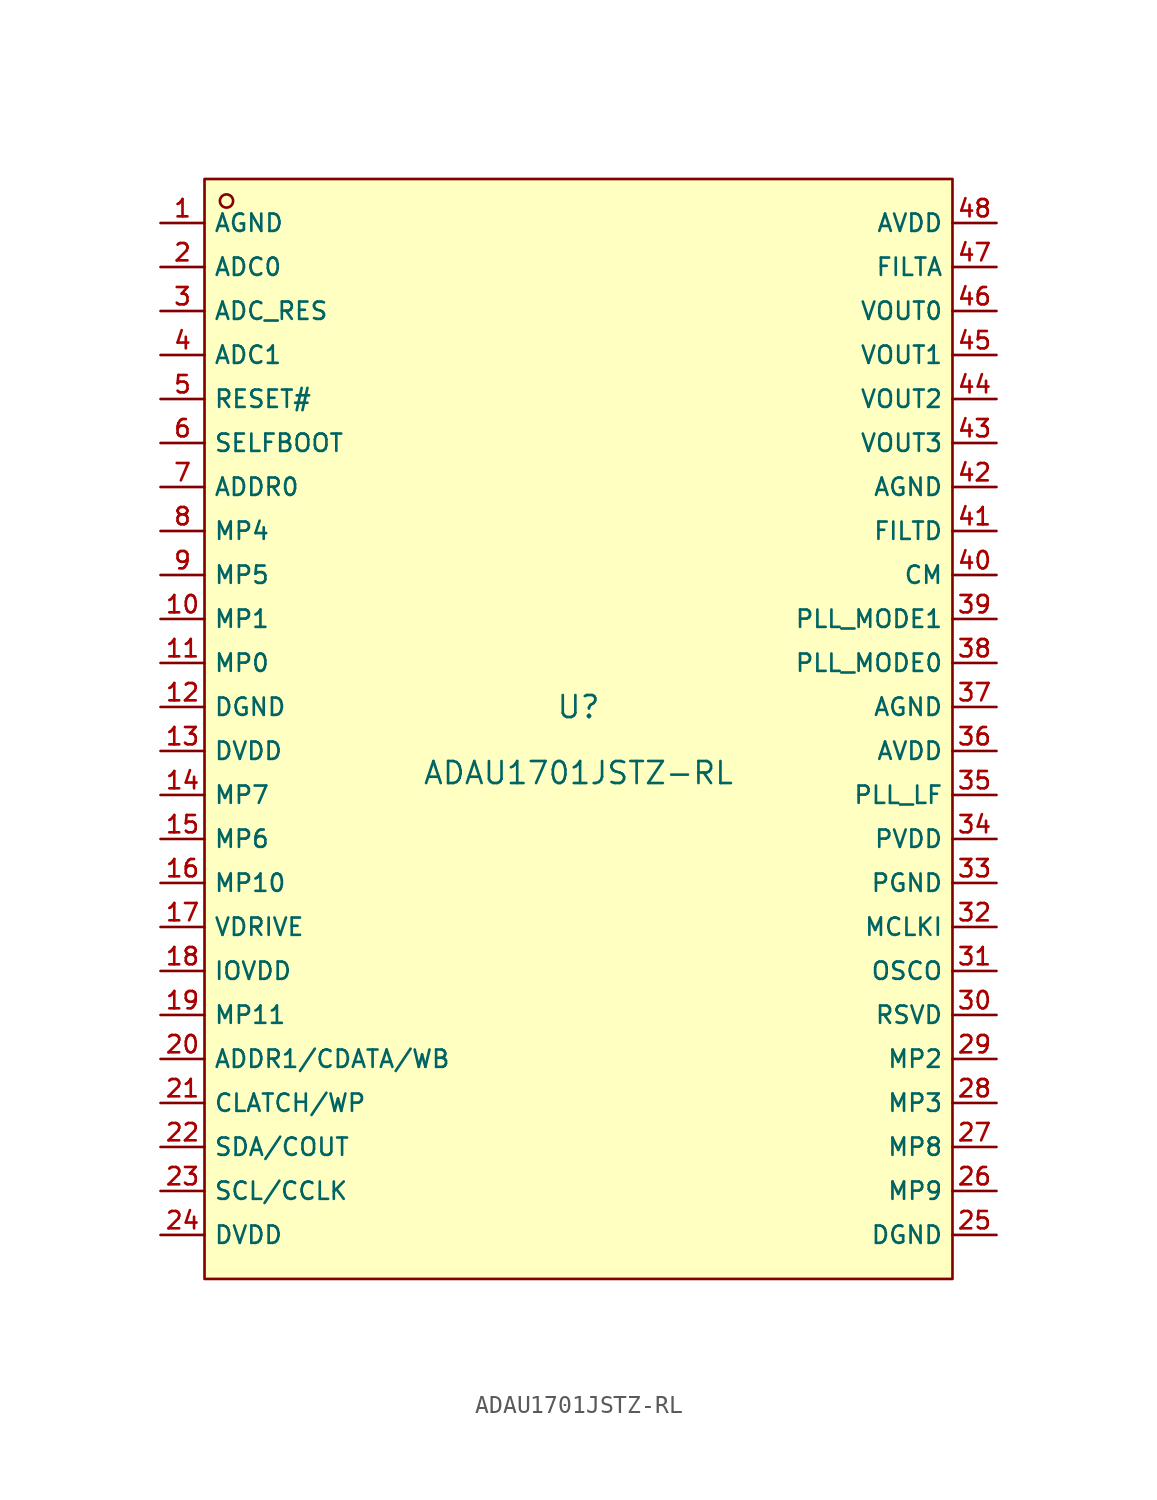
<source format=kicad_sym>
(kicad_symbol_lib
  (version 20231120)
  (generator "kicad_symbol_editor")
  (generator_version "8.0")
  (symbol "ADAU1701JSTZ-RL"
    (property "Reference" "U"
      (at 0 1.27 0)
      (effects (font (size 1.27 1.27))))
    (property "Value" "ADAU1701JSTZ-RL"
      (at 0 -2.54 0)
      (effects (font (size 1.27 1.27))))
    (symbol "ADAU1701JSTZ-RL_0_1"
      (rectangle (start -21.59 31.75) (end 21.59 -31.75) (stroke (width 0) (type default)) (fill (type background)))
      (circle (center -20.32 30.48) (radius 0.381) (stroke (width 0) (type default)) (fill (type background)))
      (pin unspecified line (at -24.13 29.21 0) (length 2.54) (name "AGND" (effects (font (size 1 1)))) (number "1" (effects (font (size 1 1)))))
      (pin unspecified line (at -24.13 6.35 0) (length 2.54) (name "MP1" (effects (font (size 1 1)))) (number "10" (effects (font (size 1 1)))))
      (pin unspecified line (at -24.13 3.81 0) (length 2.54) (name "MP0" (effects (font (size 1 1)))) (number "11" (effects (font (size 1 1)))))
      (pin unspecified line (at -24.13 1.27 0) (length 2.54) (name "DGND" (effects (font (size 1 1)))) (number "12" (effects (font (size 1 1)))))
      (pin unspecified line (at -24.13 -1.27 0) (length 2.54) (name "DVDD" (effects (font (size 1 1)))) (number "13" (effects (font (size 1 1)))))
      (pin unspecified line (at -24.13 -3.81 0) (length 2.54) (name "MP7" (effects (font (size 1 1)))) (number "14" (effects (font (size 1 1)))))
      (pin unspecified line (at -24.13 -6.35 0) (length 2.54) (name "MP6" (effects (font (size 1 1)))) (number "15" (effects (font (size 1 1)))))
      (pin unspecified line (at -24.13 -8.89 0) (length 2.54) (name "MP10" (effects (font (size 1 1)))) (number "16" (effects (font (size 1 1)))))
      (pin unspecified line (at -24.13 -11.43 0) (length 2.54) (name "VDRIVE" (effects (font (size 1 1)))) (number "17" (effects (font (size 1 1)))))
      (pin unspecified line (at -24.13 -13.97 0) (length 2.54) (name "IOVDD" (effects (font (size 1 1)))) (number "18" (effects (font (size 1 1)))))
      (pin unspecified line (at -24.13 -16.51 0) (length 2.54) (name "MP11" (effects (font (size 1 1)))) (number "19" (effects (font (size 1 1)))))
      (pin unspecified line (at -24.13 26.67 0) (length 2.54) (name "ADC0" (effects (font (size 1 1)))) (number "2" (effects (font (size 1 1)))))
      (pin unspecified line (at -24.13 -19.05 0) (length 2.54) (name "ADDR1/CDATA/WB" (effects (font (size 1 1)))) (number "20" (effects (font (size 1 1)))))
      (pin unspecified line (at -24.13 -21.59 0) (length 2.54) (name "CLATCH/WP" (effects (font (size 1 1)))) (number "21" (effects (font (size 1 1)))))
      (pin unspecified line (at -24.13 -24.13 0) (length 2.54) (name "SDA/COUT" (effects (font (size 1 1)))) (number "22" (effects (font (size 1 1)))))
      (pin unspecified line (at -24.13 -26.67 0) (length 2.54) (name "SCL/CCLK" (effects (font (size 1 1)))) (number "23" (effects (font (size 1 1)))))
      (pin unspecified line (at -24.13 -29.21 0) (length 2.54) (name "DVDD" (effects (font (size 1 1)))) (number "24" (effects (font (size 1 1)))))
      (pin unspecified line (at 24.13 -29.21 180) (length 2.54) (name "DGND" (effects (font (size 1 1)))) (number "25" (effects (font (size 1 1)))))
      (pin unspecified line (at 24.13 -26.67 180) (length 2.54) (name "MP9" (effects (font (size 1 1)))) (number "26" (effects (font (size 1 1)))))
      (pin unspecified line (at 24.13 -24.13 180) (length 2.54) (name "MP8" (effects (font (size 1 1)))) (number "27" (effects (font (size 1 1)))))
      (pin unspecified line (at 24.13 -21.59 180) (length 2.54) (name "MP3" (effects (font (size 1 1)))) (number "28" (effects (font (size 1 1)))))
      (pin unspecified line (at 24.13 -19.05 180) (length 2.54) (name "MP2" (effects (font (size 1 1)))) (number "29" (effects (font (size 1 1)))))
      (pin unspecified line (at -24.13 24.13 0) (length 2.54) (name "ADC_RES" (effects (font (size 1 1)))) (number "3" (effects (font (size 1 1)))))
      (pin unspecified line (at 24.13 -16.51 180) (length 2.54) (name "RSVD" (effects (font (size 1 1)))) (number "30" (effects (font (size 1 1)))))
      (pin unspecified line (at 24.13 -13.97 180) (length 2.54) (name "OSCO" (effects (font (size 1 1)))) (number "31" (effects (font (size 1 1)))))
      (pin unspecified line (at 24.13 -11.43 180) (length 2.54) (name "MCLKI" (effects (font (size 1 1)))) (number "32" (effects (font (size 1 1)))))
      (pin unspecified line (at 24.13 -8.89 180) (length 2.54) (name "PGND" (effects (font (size 1 1)))) (number "33" (effects (font (size 1 1)))))
      (pin unspecified line (at 24.13 -6.35 180) (length 2.54) (name "PVDD" (effects (font (size 1 1)))) (number "34" (effects (font (size 1 1)))))
      (pin unspecified line (at 24.13 -3.81 180) (length 2.54) (name "PLL_LF" (effects (font (size 1 1)))) (number "35" (effects (font (size 1 1)))))
      (pin unspecified line (at 24.13 -1.27 180) (length 2.54) (name "AVDD" (effects (font (size 1 1)))) (number "36" (effects (font (size 1 1)))))
      (pin unspecified line (at 24.13 1.27 180) (length 2.54) (name "AGND" (effects (font (size 1 1)))) (number "37" (effects (font (size 1 1)))))
      (pin unspecified line (at 24.13 3.81 180) (length 2.54) (name "PLL_MODE0" (effects (font (size 1 1)))) (number "38" (effects (font (size 1 1)))))
      (pin unspecified line (at 24.13 6.35 180) (length 2.54) (name "PLL_MODE1" (effects (font (size 1 1)))) (number "39" (effects (font (size 1 1)))))
      (pin unspecified line (at -24.13 21.59 0) (length 2.54) (name "ADC1" (effects (font (size 1 1)))) (number "4" (effects (font (size 1 1)))))
      (pin unspecified line (at 24.13 8.89 180) (length 2.54) (name "CM" (effects (font (size 1 1)))) (number "40" (effects (font (size 1 1)))))
      (pin unspecified line (at 24.13 11.43 180) (length 2.54) (name "FILTD" (effects (font (size 1 1)))) (number "41" (effects (font (size 1 1)))))
      (pin unspecified line (at 24.13 13.97 180) (length 2.54) (name "AGND" (effects (font (size 1 1)))) (number "42" (effects (font (size 1 1)))))
      (pin unspecified line (at 24.13 16.51 180) (length 2.54) (name "VOUT3" (effects (font (size 1 1)))) (number "43" (effects (font (size 1 1)))))
      (pin unspecified line (at 24.13 19.05 180) (length 2.54) (name "VOUT2" (effects (font (size 1 1)))) (number "44" (effects (font (size 1 1)))))
      (pin unspecified line (at 24.13 21.59 180) (length 2.54) (name "VOUT1" (effects (font (size 1 1)))) (number "45" (effects (font (size 1 1)))))
      (pin unspecified line (at 24.13 24.13 180) (length 2.54) (name "VOUT0" (effects (font (size 1 1)))) (number "46" (effects (font (size 1 1)))))
      (pin unspecified line (at 24.13 26.67 180) (length 2.54) (name "FILTA" (effects (font (size 1 1)))) (number "47" (effects (font (size 1 1)))))
      (pin unspecified line (at 24.13 29.21 180) (length 2.54) (name "AVDD" (effects (font (size 1 1)))) (number "48" (effects (font (size 1 1)))))
      (pin unspecified line (at -24.13 19.05 0) (length 2.54) (name "RESET#" (effects (font (size 1 1)))) (number "5" (effects (font (size 1 1)))))
      (pin unspecified line (at -24.13 16.51 0) (length 2.54) (name "SELFBOOT" (effects (font (size 1 1)))) (number "6" (effects (font (size 1 1)))))
      (pin unspecified line (at -24.13 13.97 0) (length 2.54) (name "ADDR0" (effects (font (size 1 1)))) (number "7" (effects (font (size 1 1)))))
      (pin unspecified line (at -24.13 11.43 0) (length 2.54) (name "MP4" (effects (font (size 1 1)))) (number "8" (effects (font (size 1 1)))))
      (pin unspecified line (at -24.13 8.89 0) (length 2.54) (name "MP5" (effects (font (size 1 1)))) (number "9" (effects (font (size 1 1))))))))
</source>
